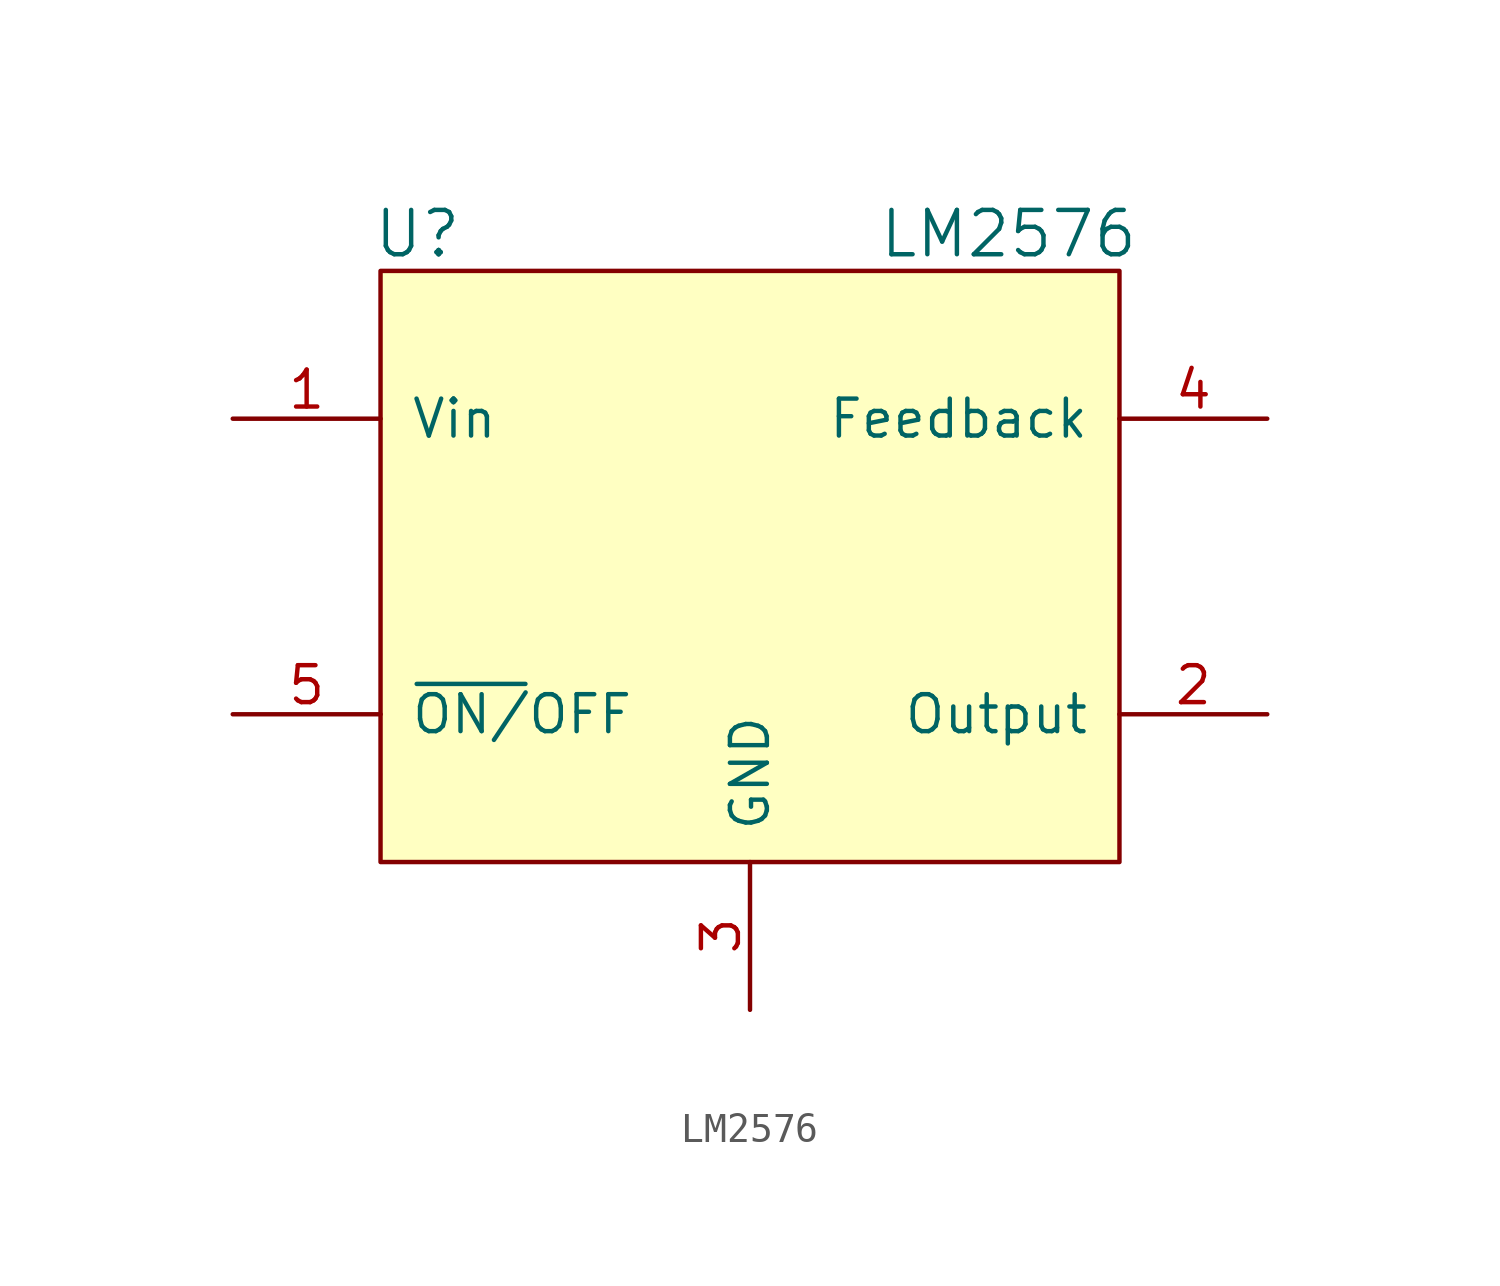
<source format=kicad_sym>
(kicad_symbol_lib
  (version 20231120)
  (generator "kicad_symbol_editor")
  (generator_version "8.0")
  (symbol "LM2576"
    (pin_names
      (offset 1.016))
    (property "Reference" "U"
      (at -11.43 11.43 0)
      (effects (font (size 1.524 1.524))))
    (property "Value" "LM2576"
      (at 8.89 11.43 0)
      (effects (font (size 1.524 1.524))))
    (property "Footprint" ""
      (at 0 0 0)
      (effects (font (size 1.524 1.524))))
    (property "Datasheet" ""
      (at 0 0 0)
      (effects (font (size 1.524 1.524))))
    (symbol "LM2576_0_1"
      (rectangle (start -12.7 10.16) (end 12.7 -10.16) (stroke (width 0) (type solid)) (fill (type background))))
    (symbol "LM2576_1_1"
      (pin power_in line (at -17.78 5.08 0) (length 5.08) (name "Vin" (effects (font (size 1.27 1.27)))) (number "1" (effects (font (size 1.27 1.27)))))
      (pin power_out line (at 17.78 -5.08 180) (length 5.08) (name "Output" (effects (font (size 1.27 1.27)))) (number "2" (effects (font (size 1.27 1.27)))))
      (pin input line (at 0 -15.24 90) (length 5.08) (name "GND" (effects (font (size 1.27 1.27)))) (number "3" (effects (font (size 1.27 1.27)))))
      (pin input line (at 17.78 5.08 180) (length 5.08) (name "Feedback" (effects (font (size 1.27 1.27)))) (number "4" (effects (font (size 1.27 1.27)))))
      (pin input line (at -17.78 -5.08 0) (length 5.08) (name "~{ON/}OFF" (effects (font (size 1.27 1.27)))) (number "5" (effects (font (size 1.27 1.27))))))))
</source>
